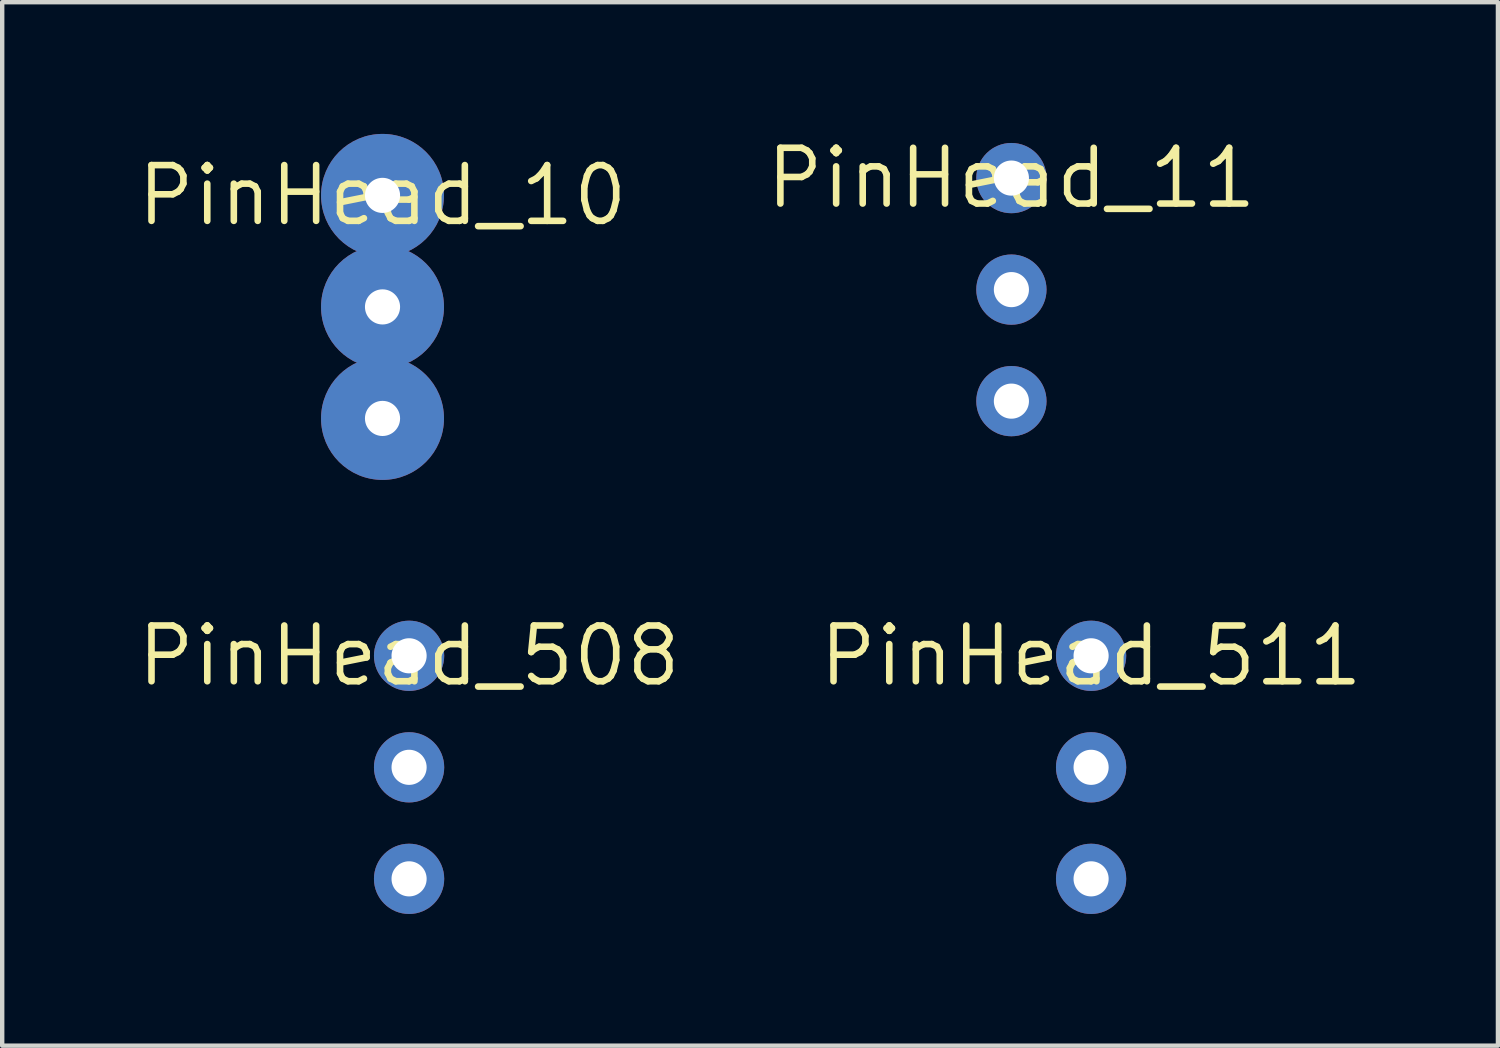
<source format=kicad_pcb>
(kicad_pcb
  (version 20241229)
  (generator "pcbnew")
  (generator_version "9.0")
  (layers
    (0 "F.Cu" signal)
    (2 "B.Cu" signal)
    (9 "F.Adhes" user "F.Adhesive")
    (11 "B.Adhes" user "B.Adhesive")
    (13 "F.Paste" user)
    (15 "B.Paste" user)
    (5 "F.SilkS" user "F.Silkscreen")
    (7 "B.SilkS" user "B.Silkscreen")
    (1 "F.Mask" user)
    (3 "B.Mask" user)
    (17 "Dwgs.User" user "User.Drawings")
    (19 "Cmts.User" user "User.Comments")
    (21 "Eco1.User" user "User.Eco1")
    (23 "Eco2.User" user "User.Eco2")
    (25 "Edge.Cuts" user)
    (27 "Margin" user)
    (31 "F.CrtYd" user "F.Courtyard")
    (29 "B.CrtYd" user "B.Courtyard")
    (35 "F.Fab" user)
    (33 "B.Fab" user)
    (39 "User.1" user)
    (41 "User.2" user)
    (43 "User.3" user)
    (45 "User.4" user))
  (footprint "PinHead_511"
    (layer "F.Cu")
    (at 21.8 11.886)
    (property "Reference" "PinHead_511" (at 0 0 0) (layer "F.SilkS") (effects (font (size 1.27 1.27) (thickness 0.15))))
    (attr through_hole)
    (pad "1" thru_hole circle (at 0 0) (size 1.6 1.6) (drill 0.8) (layers "*.Cu" "*.Mask"))
    (pad "2" thru_hole circle (at 0 2.54) (size 1.6 1.6) (drill 0.8) (layers "*.Cu" "*.Mask"))
    (pad "3" thru_hole circle (at 0 5.08) (size 1.6 1.6) (drill 0.8) (layers "*.Cu" "*.Mask")))
  (footprint "PinHead_508"
    (layer "F.Cu")
    (at 6.267 11.886)
    (property "Reference" "PinHead_508" (at 0 0 0) (layer "F.SilkS") (effects (font (size 1.27 1.27) (thickness 0.15))))
    (attr through_hole)
    (pad "1" thru_hole circle (at 0 0) (size 1.6 1.6) (drill 0.8) (layers "*.Cu" "*.Mask"))
    (pad "2" thru_hole circle (at 0 2.54) (size 1.6 1.6) (drill 0.8) (layers "*.Cu" "*.Mask"))
    (pad "3" thru_hole circle (at 0 5.08) (size 1.6 1.6) (drill 0.8) (layers "*.Cu" "*.Mask")))
  (footprint "PinHead_10"
    (layer "F.Cu")
    (at 5.662 1.4)
    (property "Reference" "PinHead_10" (at 0 0 0) (layer "F.SilkS") (effects (font (size 1.27 1.27) (thickness 0.15))))
    (attr through_hole)
    (pad "1" thru_hole circle (at 0 0) (size 2.8 2.8) (drill 0.8) (layers "*.Cu" "*.Mask"))
    (pad "2" thru_hole circle (at 0 2.54) (size 2.8 2.8) (drill 0.8) (layers "*.Cu" "*.Mask"))
    (pad "3" thru_hole circle (at 0 5.08) (size 2.8 2.8) (drill 0.8) (layers "*.Cu" "*.Mask")))
  (footprint "PinHead_11"
    (layer "F.Cu")
    (at 19.985 1.006)
    (property "Reference" "PinHead_11" (at 0 0 0) (layer "F.SilkS") (effects (font (size 1.27 1.27) (thickness 0.15))))
    (attr through_hole)
    (pad "1" thru_hole circle (at 0 0) (size 1.6 1.6) (drill 0.8) (layers "*.Cu" "*.Mask"))
    (pad "2" thru_hole circle (at 0 2.54) (size 1.6 1.6) (drill 0.8) (layers "*.Cu" "*.Mask"))
    (pad "3" thru_hole circle (at 0 5.08) (size 1.6 1.6) (drill 0.8) (layers "*.Cu" "*.Mask")))
  (gr_rect
    (start -3 -3)
    (end 31.066 20.766)
    (stroke (width 0.1) (type default))
    (fill no)
    (layer "Edge.Cuts")))
</source>
